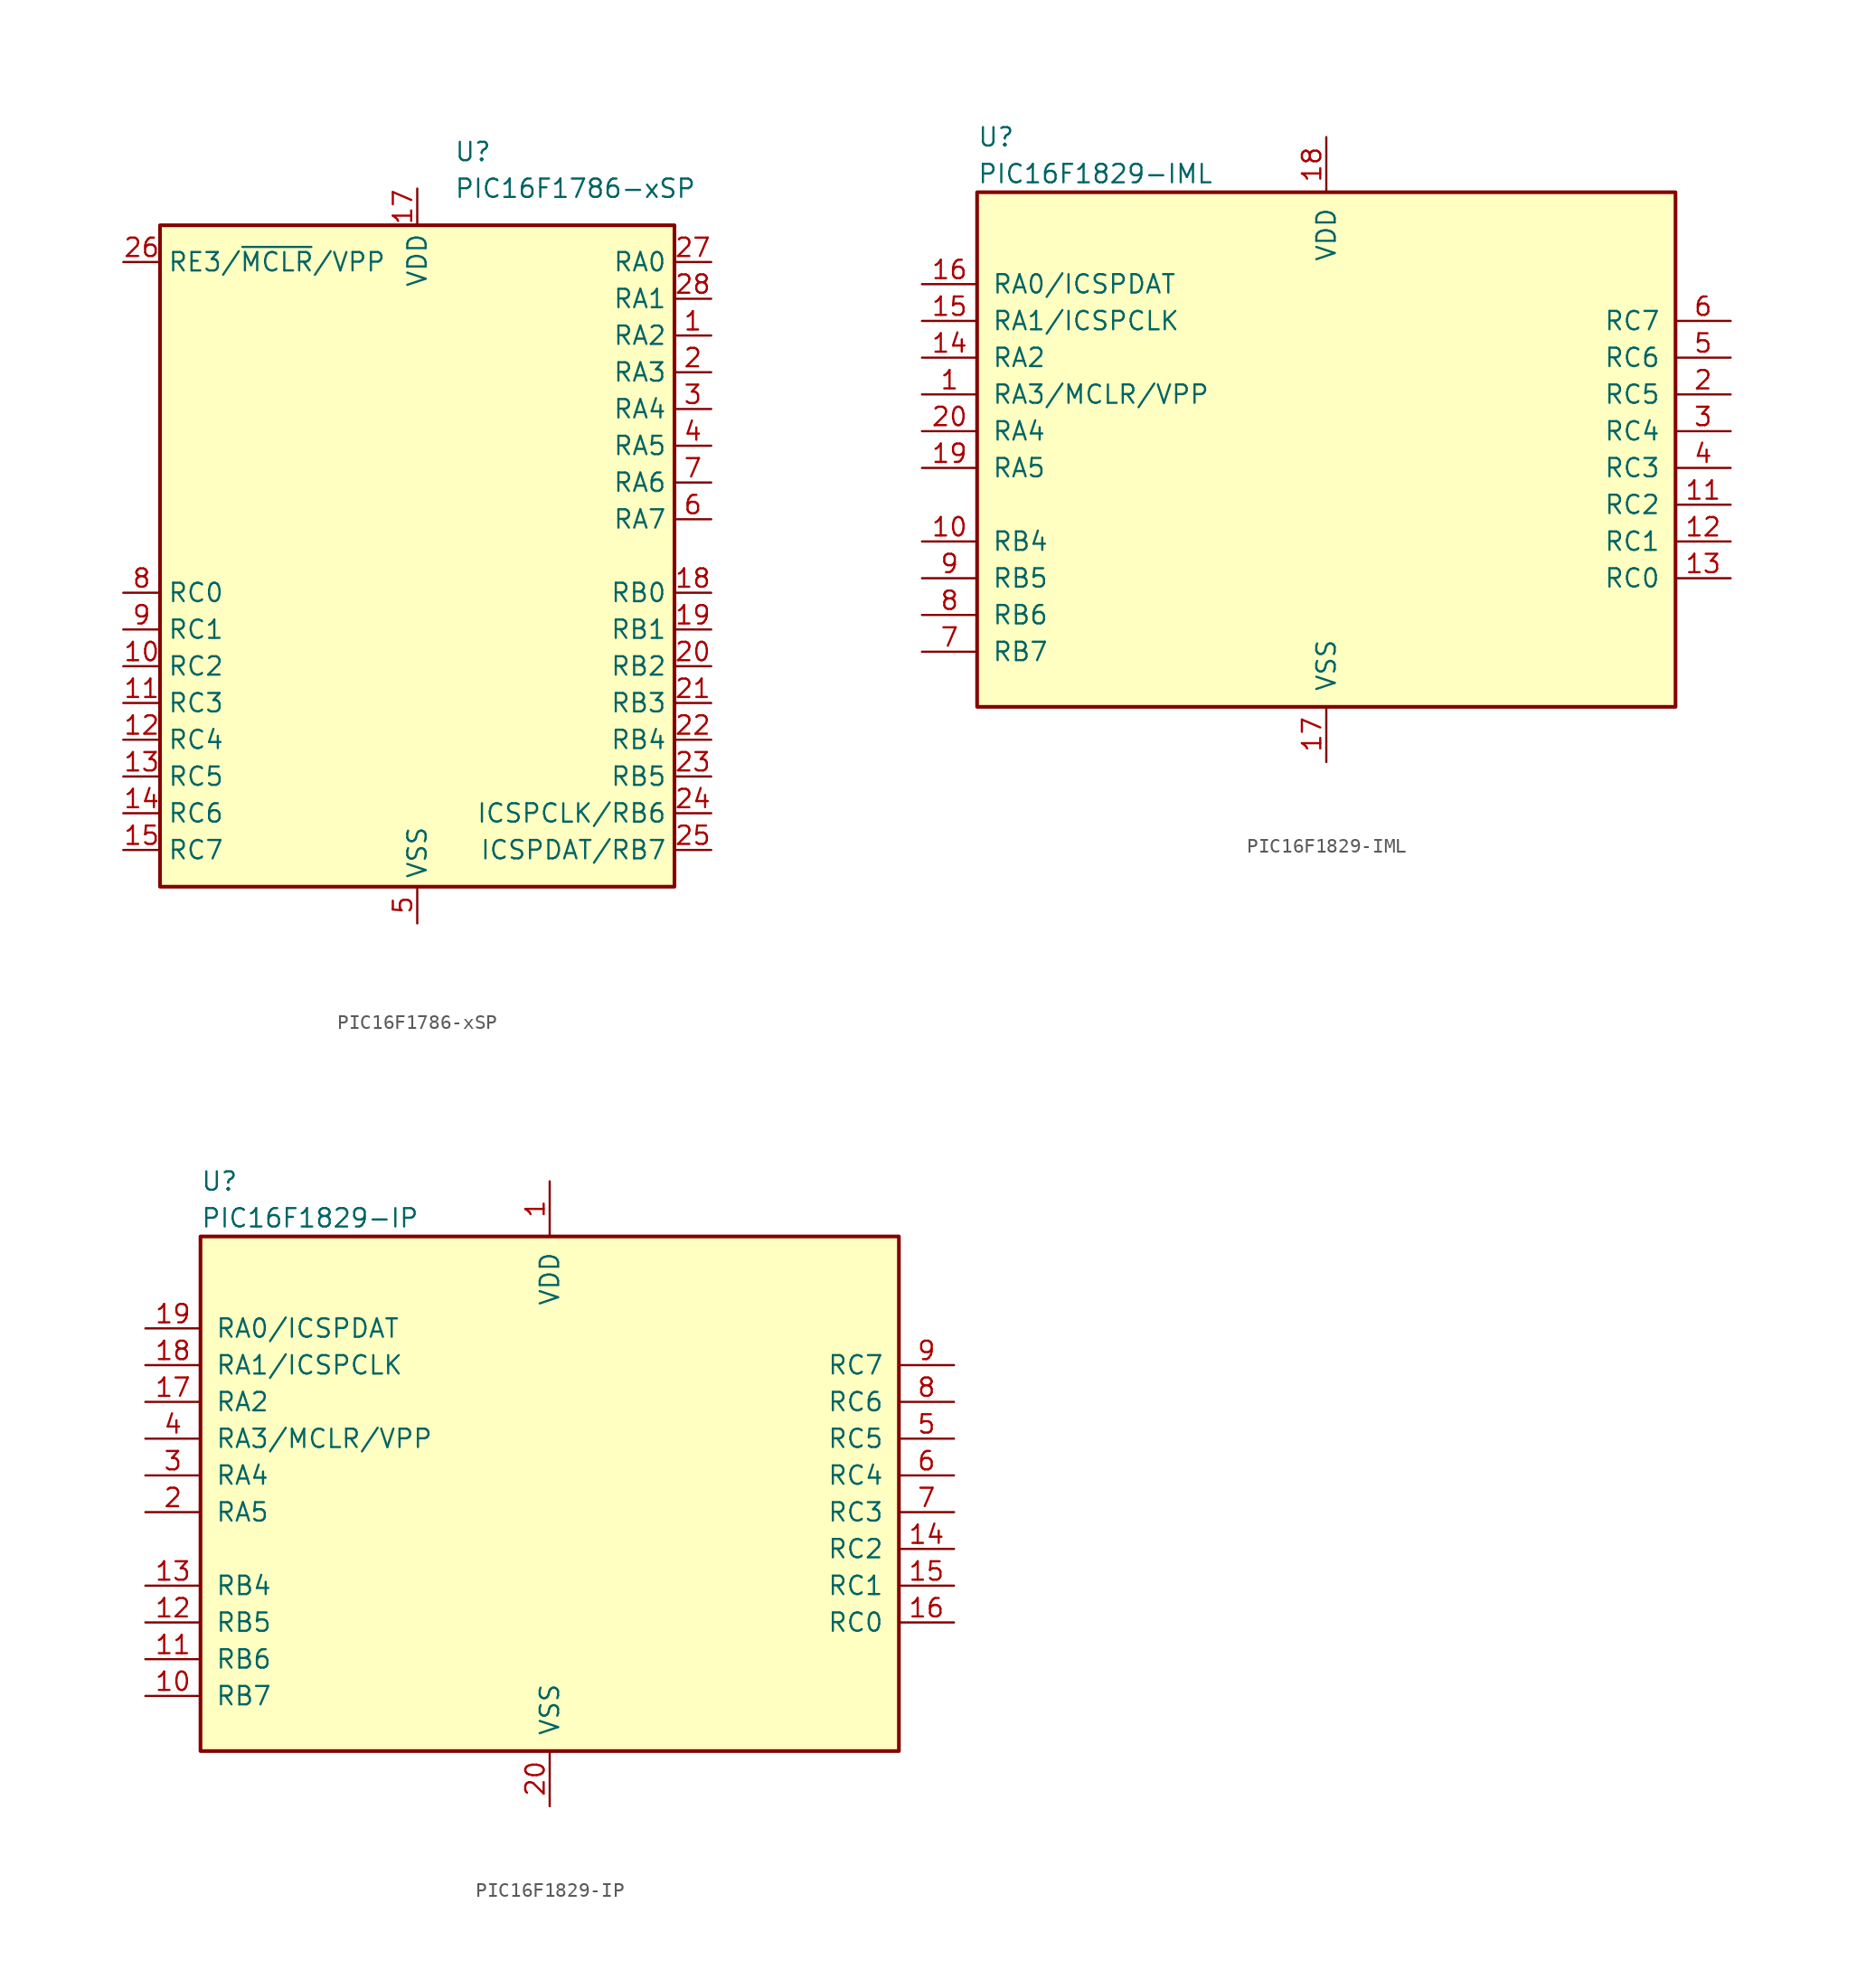
<source format=kicad_sym>
(kicad_symbol_lib
  (version 20201005)
  (generator kicad_symbol_editor)
  (symbol "MCU_Microchip_PIC16:PIC16F1786-xSP"
    (property "Reference" "U"
      (at 2.54 27.94 0)
      (effects (font (size 1.27 1.27)) (justify left)))
    (property "Value" "PIC16F1786-xSP"
      (at 2.54 25.4 0)
      (effects (font (size 1.27 1.27)) (justify left)))
    (symbol "PIC16F1786-xSP_0_1"
      (rectangle (start -17.78 -22.86) (end 17.78 22.86) (stroke (width 0.254)) (fill (type background))))
    (symbol "PIC16F1786-xSP_1_1"
      (pin bidirectional line (at 20.32 15.24 180) (length 2.54) (name "RA2" (effects (font (size 1.27 1.27)))) (number "1" (effects (font (size 1.27 1.27)))))
      (pin bidirectional line (at -20.32 -7.62 0) (length 2.54) (name "RC2" (effects (font (size 1.27 1.27)))) (number "10" (effects (font (size 1.27 1.27)))))
      (pin bidirectional line (at -20.32 -10.16 0) (length 2.54) (name "RC3" (effects (font (size 1.27 1.27)))) (number "11" (effects (font (size 1.27 1.27)))))
      (pin bidirectional line (at -20.32 -12.7 0) (length 2.54) (name "RC4" (effects (font (size 1.27 1.27)))) (number "12" (effects (font (size 1.27 1.27)))))
      (pin bidirectional line (at -20.32 -15.24 0) (length 2.54) (name "RC5" (effects (font (size 1.27 1.27)))) (number "13" (effects (font (size 1.27 1.27)))))
      (pin bidirectional line (at -20.32 -17.78 0) (length 2.54) (name "RC6" (effects (font (size 1.27 1.27)))) (number "14" (effects (font (size 1.27 1.27)))))
      (pin bidirectional line (at -20.32 -20.32 0) (length 2.54) (name "RC7" (effects (font (size 1.27 1.27)))) (number "15" (effects (font (size 1.27 1.27)))))
      (pin passive line (at 0 -25.4 90) (length 2.54) hide (name "VSS" (effects (font (size 1.27 1.27)))) (number "16" (effects (font (size 1.27 1.27)))))
      (pin power_in line (at 0 25.4 270) (length 2.54) (name "VDD" (effects (font (size 1.27 1.27)))) (number "17" (effects (font (size 1.27 1.27)))))
      (pin bidirectional line (at 20.32 -2.54 180) (length 2.54) (name "RB0" (effects (font (size 1.27 1.27)))) (number "18" (effects (font (size 1.27 1.27)))))
      (pin bidirectional line (at 20.32 -5.08 180) (length 2.54) (name "RB1" (effects (font (size 1.27 1.27)))) (number "19" (effects (font (size 1.27 1.27)))))
      (pin bidirectional line (at 20.32 12.7 180) (length 2.54) (name "RA3" (effects (font (size 1.27 1.27)))) (number "2" (effects (font (size 1.27 1.27)))))
      (pin bidirectional line (at 20.32 -7.62 180) (length 2.54) (name "RB2" (effects (font (size 1.27 1.27)))) (number "20" (effects (font (size 1.27 1.27)))))
      (pin bidirectional line (at 20.32 -10.16 180) (length 2.54) (name "RB3" (effects (font (size 1.27 1.27)))) (number "21" (effects (font (size 1.27 1.27)))))
      (pin bidirectional line (at 20.32 -12.7 180) (length 2.54) (name "RB4" (effects (font (size 1.27 1.27)))) (number "22" (effects (font (size 1.27 1.27)))))
      (pin bidirectional line (at 20.32 -15.24 180) (length 2.54) (name "RB5" (effects (font (size 1.27 1.27)))) (number "23" (effects (font (size 1.27 1.27)))))
      (pin bidirectional line (at 20.32 -17.78 180) (length 2.54) (name "ICSPCLK/RB6" (effects (font (size 1.27 1.27)))) (number "24" (effects (font (size 1.27 1.27)))))
      (pin bidirectional line (at 20.32 -20.32 180) (length 2.54) (name "ICSPDAT/RB7" (effects (font (size 1.27 1.27)))) (number "25" (effects (font (size 1.27 1.27)))))
      (pin input line (at -20.32 20.32 0) (length 2.54) (name "RE3/~MCLR~/VPP" (effects (font (size 1.27 1.27)))) (number "26" (effects (font (size 1.27 1.27)))))
      (pin bidirectional line (at 20.32 20.32 180) (length 2.54) (name "RA0" (effects (font (size 1.27 1.27)))) (number "27" (effects (font (size 1.27 1.27)))))
      (pin bidirectional line (at 20.32 17.78 180) (length 2.54) (name "RA1" (effects (font (size 1.27 1.27)))) (number "28" (effects (font (size 1.27 1.27)))))
      (pin bidirectional line (at 20.32 10.16 180) (length 2.54) (name "RA4" (effects (font (size 1.27 1.27)))) (number "3" (effects (font (size 1.27 1.27)))))
      (pin bidirectional line (at 20.32 7.62 180) (length 2.54) (name "RA5" (effects (font (size 1.27 1.27)))) (number "4" (effects (font (size 1.27 1.27)))))
      (pin power_in line (at 0 -25.4 90) (length 2.54) (name "VSS" (effects (font (size 1.27 1.27)))) (number "5" (effects (font (size 1.27 1.27)))))
      (pin bidirectional line (at 20.32 2.54 180) (length 2.54) (name "RA7" (effects (font (size 1.27 1.27)))) (number "6" (effects (font (size 1.27 1.27)))))
      (pin bidirectional line (at 20.32 5.08 180) (length 2.54) (name "RA6" (effects (font (size 1.27 1.27)))) (number "7" (effects (font (size 1.27 1.27)))))
      (pin bidirectional line (at -20.32 -2.54 0) (length 2.54) (name "RC0" (effects (font (size 1.27 1.27)))) (number "8" (effects (font (size 1.27 1.27)))))
      (pin bidirectional line (at -20.32 -5.08 0) (length 2.54) (name "RC1" (effects (font (size 1.27 1.27)))) (number "9" (effects (font (size 1.27 1.27)))))))
  (symbol "MCU_Microchip_PIC16:PIC16F1829-IML"
    (pin_names
      (offset 1.016))
    (property "Reference" "U"
      (at -24.13 22.86 0)
      (effects (font (size 1.27 1.27)) (justify left)))
    (property "Value" "PIC16F1829-IML"
      (at -24.13 20.32 0)
      (effects (font (size 1.27 1.27)) (justify left)))
    (symbol "PIC16F1829-IML_0_1"
      (rectangle (start -24.13 19.05) (end 24.13 -16.51) (stroke (width 0.254)) (fill (type background))))
    (symbol "PIC16F1829-IML_1_1"
      (pin bidirectional line (at -27.94 5.08 0) (length 3.81) (name "RA3/MCLR/VPP" (effects (font (size 1.27 1.27)))) (number "1" (effects (font (size 1.27 1.27)))))
      (pin bidirectional line (at -27.94 -5.08 0) (length 3.81) (name "RB4" (effects (font (size 1.27 1.27)))) (number "10" (effects (font (size 1.27 1.27)))))
      (pin bidirectional line (at 27.94 -2.54 180) (length 3.81) (name "RC2" (effects (font (size 1.27 1.27)))) (number "11" (effects (font (size 1.27 1.27)))))
      (pin bidirectional line (at 27.94 -5.08 180) (length 3.81) (name "RC1" (effects (font (size 1.27 1.27)))) (number "12" (effects (font (size 1.27 1.27)))))
      (pin bidirectional line (at 27.94 -7.62 180) (length 3.81) (name "RC0" (effects (font (size 1.27 1.27)))) (number "13" (effects (font (size 1.27 1.27)))))
      (pin bidirectional line (at -27.94 7.62 0) (length 3.81) (name "RA2" (effects (font (size 1.27 1.27)))) (number "14" (effects (font (size 1.27 1.27)))))
      (pin bidirectional line (at -27.94 10.16 0) (length 3.81) (name "RA1/ICSPCLK" (effects (font (size 1.27 1.27)))) (number "15" (effects (font (size 1.27 1.27)))))
      (pin bidirectional line (at -27.94 12.7 0) (length 3.81) (name "RA0/ICSPDAT" (effects (font (size 1.27 1.27)))) (number "16" (effects (font (size 1.27 1.27)))))
      (pin power_in line (at 0 -20.32 90) (length 3.81) (name "VSS" (effects (font (size 1.27 1.27)))) (number "17" (effects (font (size 1.27 1.27)))))
      (pin power_in line (at 0 22.86 270) (length 3.81) (name "VDD" (effects (font (size 1.27 1.27)))) (number "18" (effects (font (size 1.27 1.27)))))
      (pin bidirectional line (at -27.94 0 0) (length 3.81) (name "RA5" (effects (font (size 1.27 1.27)))) (number "19" (effects (font (size 1.27 1.27)))))
      (pin bidirectional line (at 27.94 5.08 180) (length 3.81) (name "RC5" (effects (font (size 1.27 1.27)))) (number "2" (effects (font (size 1.27 1.27)))))
      (pin bidirectional line (at -27.94 2.54 0) (length 3.81) (name "RA4" (effects (font (size 1.27 1.27)))) (number "20" (effects (font (size 1.27 1.27)))))
      (pin bidirectional line (at 27.94 2.54 180) (length 3.81) (name "RC4" (effects (font (size 1.27 1.27)))) (number "3" (effects (font (size 1.27 1.27)))))
      (pin bidirectional line (at 27.94 0 180) (length 3.81) (name "RC3" (effects (font (size 1.27 1.27)))) (number "4" (effects (font (size 1.27 1.27)))))
      (pin bidirectional line (at 27.94 7.62 180) (length 3.81) (name "RC6" (effects (font (size 1.27 1.27)))) (number "5" (effects (font (size 1.27 1.27)))))
      (pin bidirectional line (at 27.94 10.16 180) (length 3.81) (name "RC7" (effects (font (size 1.27 1.27)))) (number "6" (effects (font (size 1.27 1.27)))))
      (pin bidirectional line (at -27.94 -12.7 0) (length 3.81) (name "RB7" (effects (font (size 1.27 1.27)))) (number "7" (effects (font (size 1.27 1.27)))))
      (pin bidirectional line (at -27.94 -10.16 0) (length 3.81) (name "RB6" (effects (font (size 1.27 1.27)))) (number "8" (effects (font (size 1.27 1.27)))))
      (pin bidirectional line (at -27.94 -7.62 0) (length 3.81) (name "RB5" (effects (font (size 1.27 1.27)))) (number "9" (effects (font (size 1.27 1.27)))))))
  (symbol "MCU_Microchip_PIC16:PIC16F1829-IP"
    (pin_names
      (offset 1.016))
    (property "Reference" "U"
      (at -24.13 22.86 0)
      (effects (font (size 1.27 1.27)) (justify left)))
    (property "Value" "PIC16F1829-IP"
      (at -24.13 20.32 0)
      (effects (font (size 1.27 1.27)) (justify left)))
    (symbol "PIC16F1829-IP_0_1"
      (rectangle (start -24.13 19.05) (end 24.13 -16.51) (stroke (width 0.254)) (fill (type background))))
    (symbol "PIC16F1829-IP_1_1"
      (pin power_in line (at 0 22.86 270) (length 3.81) (name "VDD" (effects (font (size 1.27 1.27)))) (number "1" (effects (font (size 1.27 1.27)))))
      (pin bidirectional line (at -27.94 -12.7 0) (length 3.81) (name "RB7" (effects (font (size 1.27 1.27)))) (number "10" (effects (font (size 1.27 1.27)))))
      (pin bidirectional line (at -27.94 -10.16 0) (length 3.81) (name "RB6" (effects (font (size 1.27 1.27)))) (number "11" (effects (font (size 1.27 1.27)))))
      (pin bidirectional line (at -27.94 -7.62 0) (length 3.81) (name "RB5" (effects (font (size 1.27 1.27)))) (number "12" (effects (font (size 1.27 1.27)))))
      (pin bidirectional line (at -27.94 -5.08 0) (length 3.81) (name "RB4" (effects (font (size 1.27 1.27)))) (number "13" (effects (font (size 1.27 1.27)))))
      (pin bidirectional line (at 27.94 -2.54 180) (length 3.81) (name "RC2" (effects (font (size 1.27 1.27)))) (number "14" (effects (font (size 1.27 1.27)))))
      (pin bidirectional line (at 27.94 -5.08 180) (length 3.81) (name "RC1" (effects (font (size 1.27 1.27)))) (number "15" (effects (font (size 1.27 1.27)))))
      (pin bidirectional line (at 27.94 -7.62 180) (length 3.81) (name "RC0" (effects (font (size 1.27 1.27)))) (number "16" (effects (font (size 1.27 1.27)))))
      (pin bidirectional line (at -27.94 7.62 0) (length 3.81) (name "RA2" (effects (font (size 1.27 1.27)))) (number "17" (effects (font (size 1.27 1.27)))))
      (pin bidirectional line (at -27.94 10.16 0) (length 3.81) (name "RA1/ICSPCLK" (effects (font (size 1.27 1.27)))) (number "18" (effects (font (size 1.27 1.27)))))
      (pin bidirectional line (at -27.94 12.7 0) (length 3.81) (name "RA0/ICSPDAT" (effects (font (size 1.27 1.27)))) (number "19" (effects (font (size 1.27 1.27)))))
      (pin bidirectional line (at -27.94 0 0) (length 3.81) (name "RA5" (effects (font (size 1.27 1.27)))) (number "2" (effects (font (size 1.27 1.27)))))
      (pin power_in line (at 0 -20.32 90) (length 3.81) (name "VSS" (effects (font (size 1.27 1.27)))) (number "20" (effects (font (size 1.27 1.27)))))
      (pin bidirectional line (at -27.94 2.54 0) (length 3.81) (name "RA4" (effects (font (size 1.27 1.27)))) (number "3" (effects (font (size 1.27 1.27)))))
      (pin bidirectional line (at -27.94 5.08 0) (length 3.81) (name "RA3/MCLR/VPP" (effects (font (size 1.27 1.27)))) (number "4" (effects (font (size 1.27 1.27)))))
      (pin bidirectional line (at 27.94 5.08 180) (length 3.81) (name "RC5" (effects (font (size 1.27 1.27)))) (number "5" (effects (font (size 1.27 1.27)))))
      (pin bidirectional line (at 27.94 2.54 180) (length 3.81) (name "RC4" (effects (font (size 1.27 1.27)))) (number "6" (effects (font (size 1.27 1.27)))))
      (pin bidirectional line (at 27.94 0 180) (length 3.81) (name "RC3" (effects (font (size 1.27 1.27)))) (number "7" (effects (font (size 1.27 1.27)))))
      (pin bidirectional line (at 27.94 7.62 180) (length 3.81) (name "RC6" (effects (font (size 1.27 1.27)))) (number "8" (effects (font (size 1.27 1.27)))))
      (pin bidirectional line (at 27.94 10.16 180) (length 3.81) (name "RC7" (effects (font (size 1.27 1.27)))) (number "9" (effects (font (size 1.27 1.27))))))))
</source>
